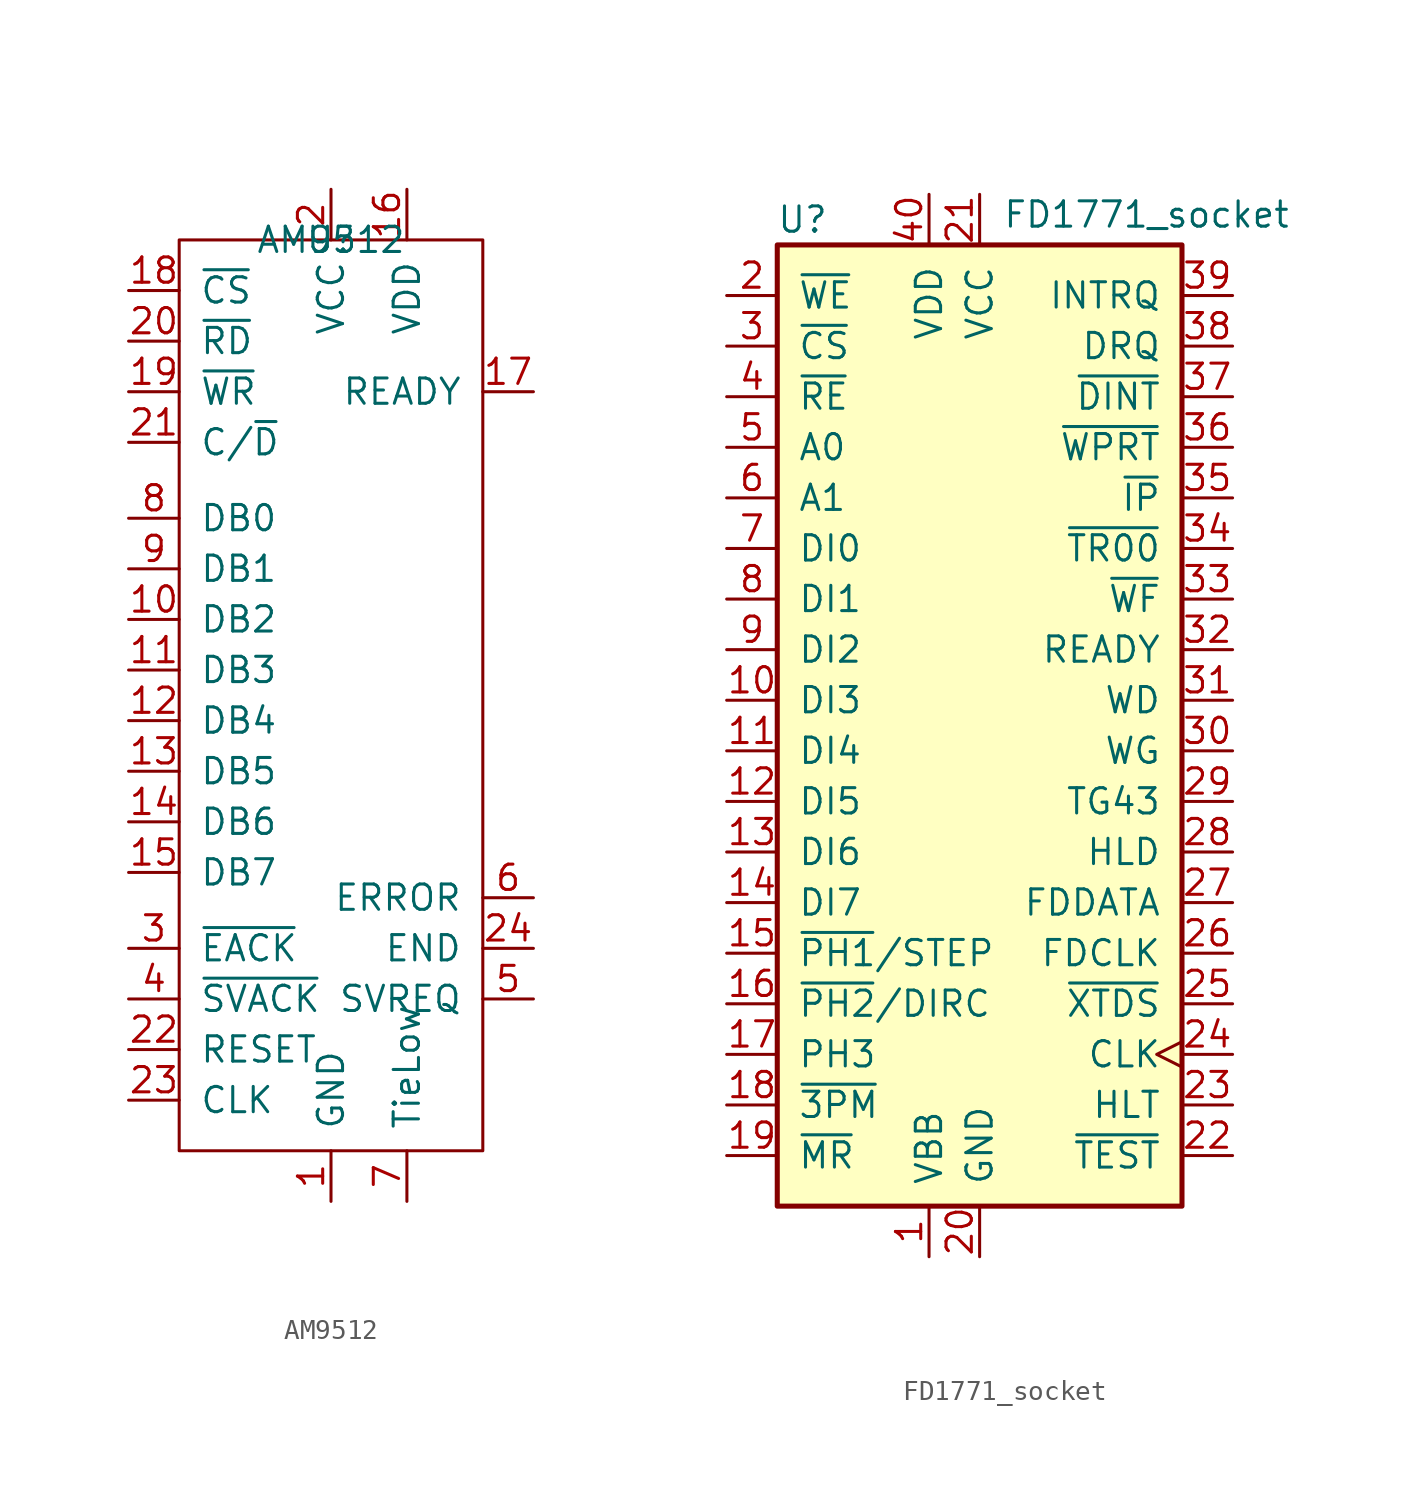
<source format=kicad_sym>
(kicad_symbol_lib
  (version 20231120)
  (generator "kicad_symbol_editor")
  (generator_version "8.0")
  (symbol "AM9512"
    (pin_names
      (offset 1.016))
    (property "Reference" "U"
      (at 0 0 0)
      (effects (font (size 1.27 1.27))))
    (property "Value" "AM9512"
      (at 0 0 0)
      (effects (font (size 1.27 1.27))))
    (symbol "AM9512_0_1"
      (polyline (pts (xy -7.62 0) (xy 7.62 0) (xy 7.62 -45.72) (xy -7.62 -45.72) (xy -7.62 0)) (stroke (width 0) (type default)) (fill (type none))))
    (symbol "AM9512_1_1"
      (pin power_in line (at 0 -48.26 90) (length 2.54) (name "GND" (effects (font (size 1.27 1.27)))) (number "1" (effects (font (size 1.27 1.27)))))
      (pin bidirectional line (at -10.16 -19.05 0) (length 2.54) (name "DB2" (effects (font (size 1.27 1.27)))) (number "10" (effects (font (size 1.27 1.27)))))
      (pin bidirectional line (at -10.16 -21.59 0) (length 2.54) (name "DB3" (effects (font (size 1.27 1.27)))) (number "11" (effects (font (size 1.27 1.27)))))
      (pin bidirectional line (at -10.16 -24.13 0) (length 2.54) (name "DB4" (effects (font (size 1.27 1.27)))) (number "12" (effects (font (size 1.27 1.27)))))
      (pin bidirectional line (at -10.16 -26.67 0) (length 2.54) (name "DB5" (effects (font (size 1.27 1.27)))) (number "13" (effects (font (size 1.27 1.27)))))
      (pin bidirectional line (at -10.16 -29.21 0) (length 2.54) (name "DB6" (effects (font (size 1.27 1.27)))) (number "14" (effects (font (size 1.27 1.27)))))
      (pin bidirectional line (at -10.16 -31.75 0) (length 2.54) (name "DB7" (effects (font (size 1.27 1.27)))) (number "15" (effects (font (size 1.27 1.27)))))
      (pin power_in line (at 3.81 2.54 270) (length 2.54) (name "VDD" (effects (font (size 1.27 1.27)))) (number "16" (effects (font (size 1.27 1.27)))))
      (pin output line (at 10.16 -7.62 180) (length 2.54) (name "READY" (effects (font (size 1.27 1.27)))) (number "17" (effects (font (size 1.27 1.27)))))
      (pin input line (at -10.16 -2.54 0) (length 2.54) (name "~{CS}" (effects (font (size 1.27 1.27)))) (number "18" (effects (font (size 1.27 1.27)))))
      (pin input line (at -10.16 -7.62 0) (length 2.54) (name "~{WR}" (effects (font (size 1.27 1.27)))) (number "19" (effects (font (size 1.27 1.27)))))
      (pin power_in line (at 0 2.54 270) (length 2.54) (name "VCC" (effects (font (size 1.27 1.27)))) (number "2" (effects (font (size 1.27 1.27)))))
      (pin input line (at -10.16 -5.08 0) (length 2.54) (name "~{RD}" (effects (font (size 1.27 1.27)))) (number "20" (effects (font (size 1.27 1.27)))))
      (pin input line (at -10.16 -10.16 0) (length 2.54) (name "C/~{D}" (effects (font (size 1.27 1.27)))) (number "21" (effects (font (size 1.27 1.27)))))
      (pin input line (at -10.16 -40.64 0) (length 2.54) (name "RESET" (effects (font (size 1.27 1.27)))) (number "22" (effects (font (size 1.27 1.27)))))
      (pin input line (at -10.16 -43.18 0) (length 2.54) (name "CLK" (effects (font (size 1.27 1.27)))) (number "23" (effects (font (size 1.27 1.27)))))
      (pin output line (at 10.16 -35.56 180) (length 2.54) (name "END" (effects (font (size 1.27 1.27)))) (number "24" (effects (font (size 1.27 1.27)))))
      (pin input line (at -10.16 -35.56 0) (length 2.54) (name "~{EACK}" (effects (font (size 1.27 1.27)))) (number "3" (effects (font (size 1.27 1.27)))))
      (pin input line (at -10.16 -38.1 0) (length 2.54) (name "~{SVACK}" (effects (font (size 1.27 1.27)))) (number "4" (effects (font (size 1.27 1.27)))))
      (pin output line (at 10.16 -38.1 180) (length 2.54) (name "SVREQ" (effects (font (size 1.27 1.27)))) (number "5" (effects (font (size 1.27 1.27)))))
      (pin output line (at 10.16 -33.02 180) (length 2.54) (name "ERROR" (effects (font (size 1.27 1.27)))) (number "6" (effects (font (size 1.27 1.27)))))
      (pin input line (at 3.81 -48.26 90) (length 2.54) (name "TieLow" (effects (font (size 1.27 1.27)))) (number "7" (effects (font (size 1.27 1.27)))))
      (pin bidirectional line (at -10.16 -13.97 0) (length 2.54) (name "DB0" (effects (font (size 1.27 1.27)))) (number "8" (effects (font (size 1.27 1.27)))))
      (pin bidirectional line (at -10.16 -16.51 0) (length 2.54) (name "DB1" (effects (font (size 1.27 1.27)))) (number "9" (effects (font (size 1.27 1.27)))))))
  (symbol "FD1771_socket"
    (pin_names
      (offset 1.016))
    (property "Reference" "U"
      (at -8.89 24.13 0)
      (effects (font (size 1.27 1.27))))
    (property "Value" "FD1771_socket"
      (at 8.382 24.384 0)
      (effects (font (size 1.27 1.27))))
    (symbol "FD1771_socket_0_1"
      (rectangle (start -10.16 22.86) (end 10.16 -25.4) (stroke (width 0.254) (type default)) (fill (type background))))
    (symbol "FD1771_socket_1_1"
      (pin power_out line (at -2.54 -27.94 90) (length 2.54) (name "VBB" (effects (font (size 1.27 1.27)))) (number "1" (effects (font (size 1.27 1.27)))))
      (pin bidirectional line (at -12.7 0 0) (length 2.54) (name "DI3" (effects (font (size 1.27 1.27)))) (number "10" (effects (font (size 1.27 1.27)))))
      (pin bidirectional line (at -12.7 -2.54 0) (length 2.54) (name "DI4" (effects (font (size 1.27 1.27)))) (number "11" (effects (font (size 1.27 1.27)))))
      (pin bidirectional line (at -12.7 -5.08 0) (length 2.54) (name "DI5" (effects (font (size 1.27 1.27)))) (number "12" (effects (font (size 1.27 1.27)))))
      (pin bidirectional line (at -12.7 -7.62 0) (length 2.54) (name "DI6" (effects (font (size 1.27 1.27)))) (number "13" (effects (font (size 1.27 1.27)))))
      (pin bidirectional line (at -12.7 -10.16 0) (length 2.54) (name "DI7" (effects (font (size 1.27 1.27)))) (number "14" (effects (font (size 1.27 1.27)))))
      (pin input line (at -12.7 -12.7 0) (length 2.54) (name "~{PH1}/STEP" (effects (font (size 1.27 1.27)))) (number "15" (effects (font (size 1.27 1.27)))))
      (pin input line (at -12.7 -15.24 0) (length 2.54) (name "~{PH2}/DIRC" (effects (font (size 1.27 1.27)))) (number "16" (effects (font (size 1.27 1.27)))))
      (pin input line (at -12.7 -17.78 0) (length 2.54) (name "PH3" (effects (font (size 1.27 1.27)))) (number "17" (effects (font (size 1.27 1.27)))))
      (pin output line (at -12.7 -20.32 0) (length 2.54) (name "~{3PM}" (effects (font (size 1.27 1.27)))) (number "18" (effects (font (size 1.27 1.27)))))
      (pin output line (at -12.7 -22.86 0) (length 2.54) (name "~{MR}" (effects (font (size 1.27 1.27)))) (number "19" (effects (font (size 1.27 1.27)))))
      (pin output line (at -12.7 20.32 0) (length 2.54) (name "~{WE}" (effects (font (size 1.27 1.27)))) (number "2" (effects (font (size 1.27 1.27)))))
      (pin power_out line (at 0 -27.94 90) (length 2.54) (name "GND" (effects (font (size 1.27 1.27)))) (number "20" (effects (font (size 1.27 1.27)))))
      (pin power_out line (at 0 25.4 270) (length 2.54) (name "VCC" (effects (font (size 1.27 1.27)))) (number "21" (effects (font (size 1.27 1.27)))))
      (pin output line (at 12.7 -22.86 180) (length 2.54) (name "~{TEST}" (effects (font (size 1.27 1.27)))) (number "22" (effects (font (size 1.27 1.27)))))
      (pin output line (at 12.7 -20.32 180) (length 2.54) (name "HLT" (effects (font (size 1.27 1.27)))) (number "23" (effects (font (size 1.27 1.27)))))
      (pin output clock (at 12.7 -17.78 180) (length 2.54) (name "CLK" (effects (font (size 1.27 1.27)))) (number "24" (effects (font (size 1.27 1.27)))))
      (pin output line (at 12.7 -15.24 180) (length 2.54) (name "~{XTDS}" (effects (font (size 1.27 1.27)))) (number "25" (effects (font (size 1.27 1.27)))))
      (pin output line (at 12.7 -12.7 180) (length 2.54) (name "FDCLK" (effects (font (size 1.27 1.27)))) (number "26" (effects (font (size 1.27 1.27)))))
      (pin output line (at 12.7 -10.16 180) (length 2.54) (name "FDDATA" (effects (font (size 1.27 1.27)))) (number "27" (effects (font (size 1.27 1.27)))))
      (pin input line (at 12.7 -7.62 180) (length 2.54) (name "HLD" (effects (font (size 1.27 1.27)))) (number "28" (effects (font (size 1.27 1.27)))))
      (pin input line (at 12.7 -5.08 180) (length 2.54) (name "TG43" (effects (font (size 1.27 1.27)))) (number "29" (effects (font (size 1.27 1.27)))))
      (pin output line (at -12.7 17.78 0) (length 2.54) (name "~{CS}" (effects (font (size 1.27 1.27)))) (number "3" (effects (font (size 1.27 1.27)))))
      (pin input line (at 12.7 -2.54 180) (length 2.54) (name "WG" (effects (font (size 1.27 1.27)))) (number "30" (effects (font (size 1.27 1.27)))))
      (pin input line (at 12.7 0 180) (length 2.54) (name "WD" (effects (font (size 1.27 1.27)))) (number "31" (effects (font (size 1.27 1.27)))))
      (pin output line (at 12.7 2.54 180) (length 2.54) (name "READY" (effects (font (size 1.27 1.27)))) (number "32" (effects (font (size 1.27 1.27)))))
      (pin output line (at 12.7 5.08 180) (length 2.54) (name "~{WF}" (effects (font (size 1.27 1.27)))) (number "33" (effects (font (size 1.27 1.27)))))
      (pin output line (at 12.7 7.62 180) (length 2.54) (name "~{TR00}" (effects (font (size 1.27 1.27)))) (number "34" (effects (font (size 1.27 1.27)))))
      (pin output line (at 12.7 10.16 180) (length 2.54) (name "~{IP}" (effects (font (size 1.27 1.27)))) (number "35" (effects (font (size 1.27 1.27)))))
      (pin output line (at 12.7 12.7 180) (length 2.54) (name "~{WPRT}" (effects (font (size 1.27 1.27)))) (number "36" (effects (font (size 1.27 1.27)))))
      (pin output line (at 12.7 15.24 180) (length 2.54) (name "~{DINT}" (effects (font (size 1.27 1.27)))) (number "37" (effects (font (size 1.27 1.27)))))
      (pin input line (at 12.7 17.78 180) (length 2.54) (name "DRQ" (effects (font (size 1.27 1.27)))) (number "38" (effects (font (size 1.27 1.27)))))
      (pin output line (at 12.7 20.32 180) (length 2.54) (name "INTRQ" (effects (font (size 1.27 1.27)))) (number "39" (effects (font (size 1.27 1.27)))))
      (pin output line (at -12.7 15.24 0) (length 2.54) (name "~{RE}" (effects (font (size 1.27 1.27)))) (number "4" (effects (font (size 1.27 1.27)))))
      (pin power_out line (at -2.54 25.4 270) (length 2.54) (name "VDD" (effects (font (size 1.27 1.27)))) (number "40" (effects (font (size 1.27 1.27)))))
      (pin output line (at -12.7 12.7 0) (length 2.54) (name "A0" (effects (font (size 1.27 1.27)))) (number "5" (effects (font (size 1.27 1.27)))))
      (pin output line (at -12.7 10.16 0) (length 2.54) (name "A1" (effects (font (size 1.27 1.27)))) (number "6" (effects (font (size 1.27 1.27)))))
      (pin bidirectional line (at -12.7 7.62 0) (length 2.54) (name "DI0" (effects (font (size 1.27 1.27)))) (number "7" (effects (font (size 1.27 1.27)))))
      (pin bidirectional line (at -12.7 5.08 0) (length 2.54) (name "DI1" (effects (font (size 1.27 1.27)))) (number "8" (effects (font (size 1.27 1.27)))))
      (pin bidirectional line (at -12.7 2.54 0) (length 2.54) (name "DI2" (effects (font (size 1.27 1.27)))) (number "9" (effects (font (size 1.27 1.27))))))))
</source>
